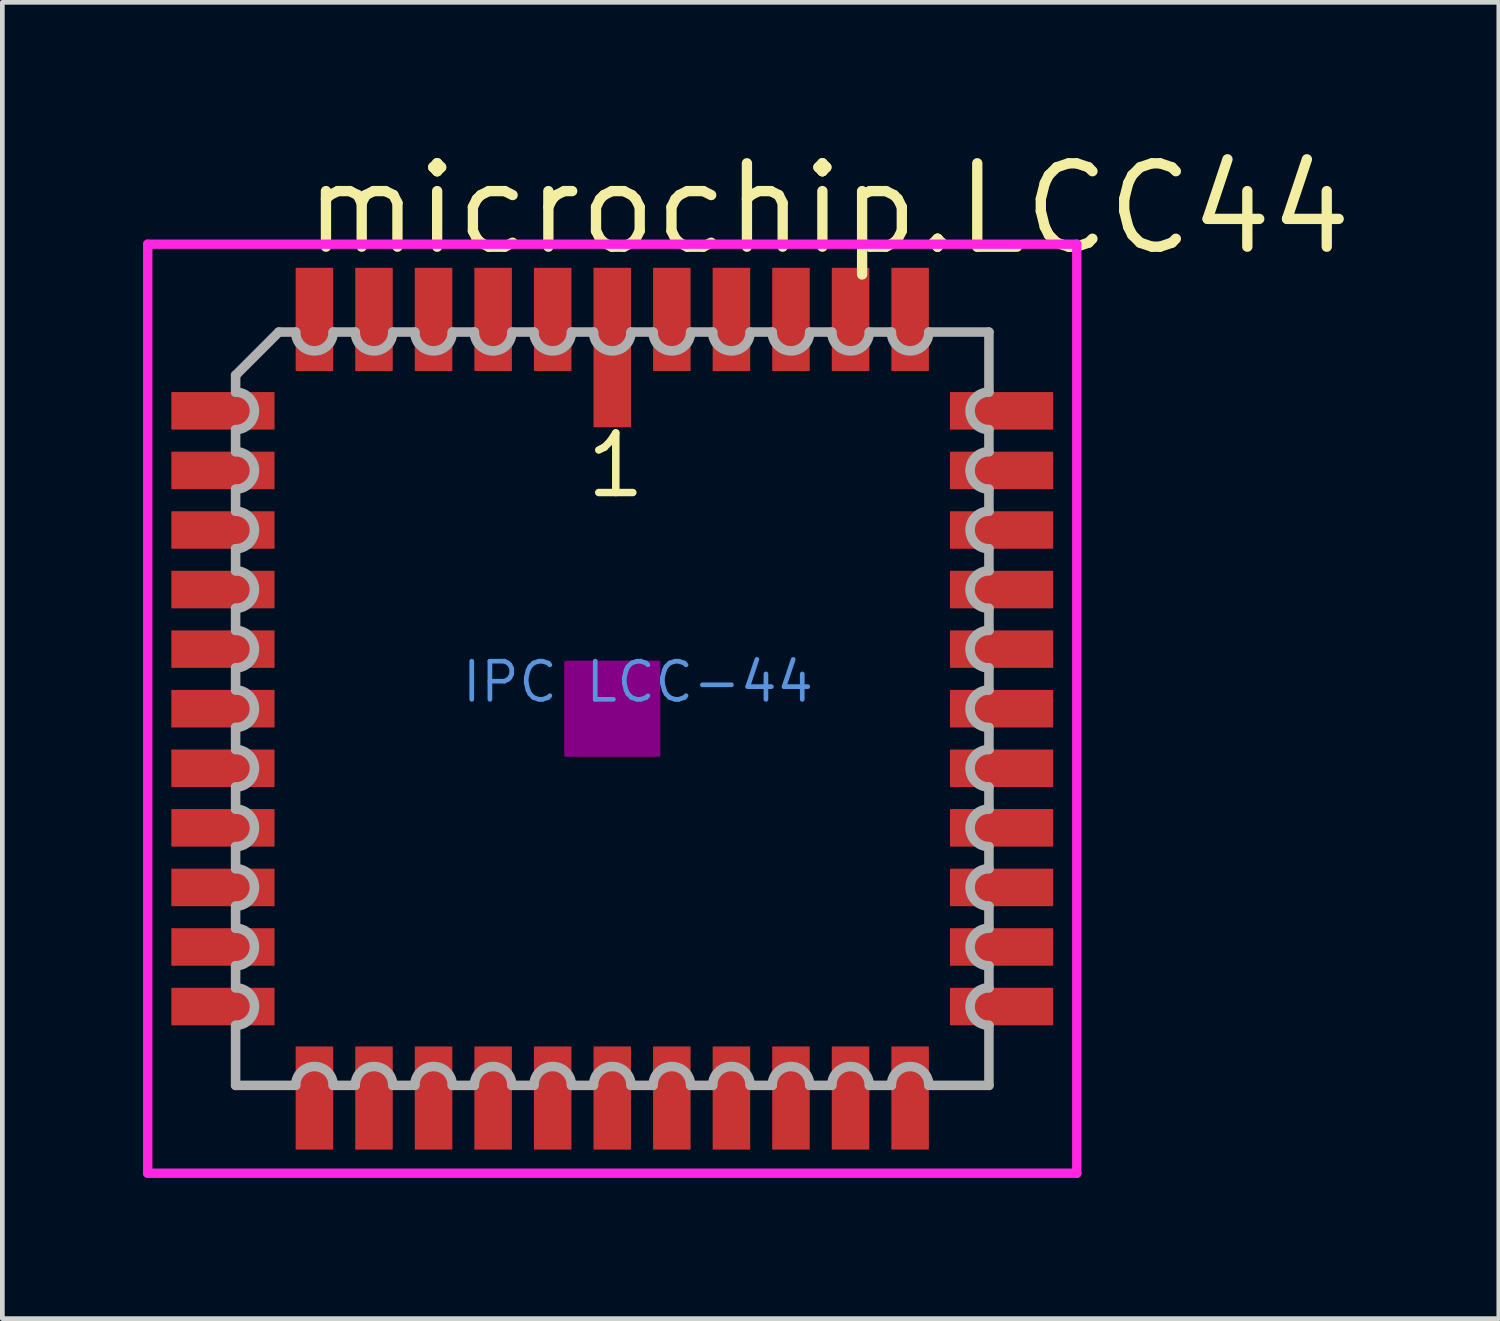
<source format=kicad_pcb>
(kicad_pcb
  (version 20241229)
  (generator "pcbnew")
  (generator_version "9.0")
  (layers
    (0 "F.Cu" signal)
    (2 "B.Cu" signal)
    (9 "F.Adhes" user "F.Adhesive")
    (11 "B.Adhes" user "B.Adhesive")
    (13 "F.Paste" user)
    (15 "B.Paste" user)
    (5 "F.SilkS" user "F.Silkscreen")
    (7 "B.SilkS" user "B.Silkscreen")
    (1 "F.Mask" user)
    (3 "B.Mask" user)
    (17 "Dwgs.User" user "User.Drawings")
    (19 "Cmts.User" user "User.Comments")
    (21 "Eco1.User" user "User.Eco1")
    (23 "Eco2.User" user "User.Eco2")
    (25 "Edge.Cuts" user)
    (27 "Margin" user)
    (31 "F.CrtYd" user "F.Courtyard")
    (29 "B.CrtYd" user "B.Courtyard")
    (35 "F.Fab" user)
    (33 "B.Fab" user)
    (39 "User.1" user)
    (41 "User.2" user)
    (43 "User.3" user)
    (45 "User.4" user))
  (footprint "microchip.LCC44"
    (layer "F.Cu")
    (at 10.003 12.059)
    (property "Reference" "microchip.LCC44" (at -6.672 -9.621 0) (layer "F.SilkS") (effects (font (size 1.778 1.778) (thickness 0.22)) (justify left bottom)))
    (attr smd)
    (fp_rect (start -1 1) (end 1 -1) (stroke (width 0.05) (type default)) (fill yes) (layer "F.Adhes"))
    (fp_line (start -9.903 -9.903) (end 9.903 -9.903) (stroke (width 0.2) (type default)) (layer "F.CrtYd"))
    (fp_line (start -9.903 9.903) (end -9.903 -9.903) (stroke (width 0.2) (type default)) (layer "F.CrtYd"))
    (fp_line (start 9.903 -9.903) (end 9.903 9.903) (stroke (width 0.2) (type default)) (layer "F.CrtYd"))
    (fp_line (start 9.903 9.903) (end -9.903 9.903) (stroke (width 0.2) (type default)) (layer "F.CrtYd"))
    (fp_line (start -8.03 -7.11) (end -8.03 -6.75) (stroke (width 0.203) (type default)) (layer "F.Fab"))
    (fp_line (start -8.03 -5.95) (end -8.03 -5.48) (stroke (width 0.203) (type default)) (layer "F.Fab"))
    (fp_line (start -8.03 -4.68) (end -8.03 -4.21) (stroke (width 0.203) (type default)) (layer "F.Fab"))
    (fp_line (start -8.03 -3.41) (end -8.03 -2.94) (stroke (width 0.203) (type default)) (layer "F.Fab"))
    (fp_line (start -8.03 -2.14) (end -8.03 -1.67) (stroke (width 0.203) (type default)) (layer "F.Fab"))
    (fp_line (start -8.03 -0.87) (end -8.03 -0.4) (stroke (width 0.203) (type default)) (layer "F.Fab"))
    (fp_line (start -8.03 0.4) (end -8.03 0.87) (stroke (width 0.203) (type default)) (layer "F.Fab"))
    (fp_line (start -8.03 1.67) (end -8.03 2.14) (stroke (width 0.203) (type default)) (layer "F.Fab"))
    (fp_line (start -8.03 2.94) (end -8.03 3.41) (stroke (width 0.203) (type default)) (layer "F.Fab"))
    (fp_line (start -8.03 4.21) (end -8.03 4.68) (stroke (width 0.203) (type default)) (layer "F.Fab"))
    (fp_line (start -8.03 5.48) (end -8.03 5.95) (stroke (width 0.203) (type default)) (layer "F.Fab"))
    (fp_line (start -8.03 6.75) (end -8.03 8.03) (stroke (width 0.203) (type default)) (layer "F.Fab"))
    (fp_line (start -8.03 8.03) (end -6.75 8.03) (stroke (width 0.203) (type default)) (layer "F.Fab"))
    (fp_line (start -7.11 -8.03) (end -8.03 -7.11) (stroke (width 0.203) (type default)) (layer "F.Fab"))
    (fp_line (start -6.75 -8.03) (end -7.11 -8.03) (stroke (width 0.203) (type default)) (layer "F.Fab"))
    (fp_line (start -5.95 8.03) (end -5.48 8.03) (stroke (width 0.203) (type default)) (layer "F.Fab"))
    (fp_line (start -5.48 -8.03) (end -5.95 -8.03) (stroke (width 0.203) (type default)) (layer "F.Fab"))
    (fp_line (start -4.68 8.03) (end -4.21 8.03) (stroke (width 0.203) (type default)) (layer "F.Fab"))
    (fp_line (start -4.21 -8.03) (end -4.68 -8.03) (stroke (width 0.203) (type default)) (layer "F.Fab"))
    (fp_line (start -3.41 8.03) (end -2.94 8.03) (stroke (width 0.203) (type default)) (layer "F.Fab"))
    (fp_line (start -2.94 -8.03) (end -3.41 -8.03) (stroke (width 0.203) (type default)) (layer "F.Fab"))
    (fp_line (start -2.14 8.03) (end -1.67 8.03) (stroke (width 0.203) (type default)) (layer "F.Fab"))
    (fp_line (start -1.67 -8.03) (end -2.14 -8.03) (stroke (width 0.203) (type default)) (layer "F.Fab"))
    (fp_line (start -0.87 8.03) (end -0.4 8.03) (stroke (width 0.203) (type default)) (layer "F.Fab"))
    (fp_line (start -0.4 -8.03) (end -0.87 -8.03) (stroke (width 0.203) (type default)) (layer "F.Fab"))
    (fp_line (start 0.4 8.03) (end 0.87 8.03) (stroke (width 0.203) (type default)) (layer "F.Fab"))
    (fp_line (start 0.87 -8.03) (end 0.4 -8.03) (stroke (width 0.203) (type default)) (layer "F.Fab"))
    (fp_line (start 1.67 8.03) (end 2.14 8.03) (stroke (width 0.203) (type default)) (layer "F.Fab"))
    (fp_line (start 2.14 -8.03) (end 1.67 -8.03) (stroke (width 0.203) (type default)) (layer "F.Fab"))
    (fp_line (start 2.94 8.03) (end 3.41 8.03) (stroke (width 0.203) (type default)) (layer "F.Fab"))
    (fp_line (start 3.41 -8.03) (end 2.94 -8.03) (stroke (width 0.203) (type default)) (layer "F.Fab"))
    (fp_line (start 4.21 8.03) (end 4.68 8.03) (stroke (width 0.203) (type default)) (layer "F.Fab"))
    (fp_line (start 4.68 -8.03) (end 4.21 -8.03) (stroke (width 0.203) (type default)) (layer "F.Fab"))
    (fp_line (start 5.48 8.03) (end 5.95 8.03) (stroke (width 0.203) (type default)) (layer "F.Fab"))
    (fp_line (start 5.95 -8.03) (end 5.48 -8.03) (stroke (width 0.203) (type default)) (layer "F.Fab"))
    (fp_line (start 6.75 8.03) (end 8.03 8.03) (stroke (width 0.203) (type default)) (layer "F.Fab"))
    (fp_line (start 8.03 -8.03) (end 6.75 -8.03) (stroke (width 0.203) (type default)) (layer "F.Fab"))
    (fp_line (start 8.03 -6.75) (end 8.03 -8.03) (stroke (width 0.203) (type default)) (layer "F.Fab"))
    (fp_line (start 8.03 -5.48) (end 8.03 -5.95) (stroke (width 0.203) (type default)) (layer "F.Fab"))
    (fp_line (start 8.03 -4.21) (end 8.03 -4.68) (stroke (width 0.203) (type default)) (layer "F.Fab"))
    (fp_line (start 8.03 -2.94) (end 8.03 -3.41) (stroke (width 0.203) (type default)) (layer "F.Fab"))
    (fp_line (start 8.03 -1.67) (end 8.03 -2.14) (stroke (width 0.203) (type default)) (layer "F.Fab"))
    (fp_line (start 8.03 -0.4) (end 8.03 -0.87) (stroke (width 0.203) (type default)) (layer "F.Fab"))
    (fp_line (start 8.03 0.87) (end 8.03 0.4) (stroke (width 0.203) (type default)) (layer "F.Fab"))
    (fp_line (start 8.03 2.14) (end 8.03 1.67) (stroke (width 0.203) (type default)) (layer "F.Fab"))
    (fp_line (start 8.03 3.41) (end 8.03 2.94) (stroke (width 0.203) (type default)) (layer "F.Fab"))
    (fp_line (start 8.03 4.68) (end 8.03 4.21) (stroke (width 0.203) (type default)) (layer "F.Fab"))
    (fp_line (start 8.03 5.95) (end 8.03 5.48) (stroke (width 0.203) (type default)) (layer "F.Fab"))
    (fp_line (start 8.03 8.03) (end 8.03 6.75) (stroke (width 0.203) (type default)) (layer "F.Fab"))
    (fp_arc (start -8.0284 -6.75) (mid -7.6284 -6.35) (end -8.0284 -5.95) (stroke (width 0.2032) (type default)) (layer "F.Fab"))
    (fp_arc (start -8.0284 -5.48) (mid -7.6284 -5.08) (end -8.0284 -4.68) (stroke (width 0.2032) (type default)) (layer "F.Fab"))
    (fp_arc (start -8.0284 -4.21) (mid -7.6284 -3.81) (end -8.0284 -3.41) (stroke (width 0.2032) (type default)) (layer "F.Fab"))
    (fp_arc (start -8.0284 -2.94) (mid -7.6284 -2.54) (end -8.0284 -2.14) (stroke (width 0.2032) (type default)) (layer "F.Fab"))
    (fp_arc (start -8.0284 -1.67) (mid -7.6284 -1.27) (end -8.0284 -0.87) (stroke (width 0.2032) (type default)) (layer "F.Fab"))
    (fp_arc (start -8.0284 -0.4001) (mid -7.6283 0) (end -8.0284 0.4001) (stroke (width 0.2032) (type default)) (layer "F.Fab"))
    (fp_arc (start -8.0284 0.8699) (mid -7.6283 1.27) (end -8.0284 1.6701) (stroke (width 0.2032) (type default)) (layer "F.Fab"))
    (fp_arc (start -8.0284 2.1399) (mid -7.6283 2.54) (end -8.0284 2.9401) (stroke (width 0.2032) (type default)) (layer "F.Fab"))
    (fp_arc (start -8.0284 3.4099) (mid -7.6283 3.81) (end -8.0284 4.2101) (stroke (width 0.2032) (type default)) (layer "F.Fab"))
    (fp_arc (start -8.0284 4.6799) (mid -7.6283 5.08) (end -8.0284 5.4801) (stroke (width 0.2032) (type default)) (layer "F.Fab"))
    (fp_arc (start -8.0284 5.9499) (mid -7.6283 6.35) (end -8.0284 6.7501) (stroke (width 0.2032) (type default)) (layer "F.Fab"))
    (fp_arc (start -6.7501 8.0284) (mid -6.35 7.6283) (end -5.9499 8.0284) (stroke (width 0.2032) (type default)) (layer "F.Fab"))
    (fp_arc (start -5.9499 -8.0284) (mid -6.35 -7.6283) (end -6.7501 -8.0284) (stroke (width 0.2032) (type default)) (layer "F.Fab"))
    (fp_arc (start -5.4801 8.0284) (mid -5.08 7.6283) (end -4.6799 8.0284) (stroke (width 0.2032) (type default)) (layer "F.Fab"))
    (fp_arc (start -4.6799 -8.0284) (mid -5.08 -7.6283) (end -5.4801 -8.0284) (stroke (width 0.2032) (type default)) (layer "F.Fab"))
    (fp_arc (start -4.2101 8.0284) (mid -3.81 7.6283) (end -3.4099 8.0284) (stroke (width 0.2032) (type default)) (layer "F.Fab"))
    (fp_arc (start -3.4099 -8.0284) (mid -3.81 -7.6283) (end -4.2101 -8.0284) (stroke (width 0.2032) (type default)) (layer "F.Fab"))
    (fp_arc (start -2.9401 8.0284) (mid -2.54 7.6283) (end -2.1399 8.0284) (stroke (width 0.2032) (type default)) (layer "F.Fab"))
    (fp_arc (start -2.1399 -8.0284) (mid -2.54 -7.6283) (end -2.9401 -8.0284) (stroke (width 0.2032) (type default)) (layer "F.Fab"))
    (fp_arc (start -1.6701 8.0284) (mid -1.27 7.6283) (end -0.8699 8.0284) (stroke (width 0.2032) (type default)) (layer "F.Fab"))
    (fp_arc (start -0.8699 -8.0284) (mid -1.27 -7.6283) (end -1.6701 -8.0284) (stroke (width 0.2032) (type default)) (layer "F.Fab"))
    (fp_arc (start -0.4001 8.0284) (mid 0 7.6283) (end 0.4001 8.0284) (stroke (width 0.2032) (type default)) (layer "F.Fab"))
    (fp_arc (start 0.4001 -8.0284) (mid 0 -7.6283) (end -0.4001 -8.0284) (stroke (width 0.2032) (type default)) (layer "F.Fab"))
    (fp_arc (start 0.87 8.0284) (mid 1.27 7.6284) (end 1.67 8.0284) (stroke (width 0.2032) (type default)) (layer "F.Fab"))
    (fp_arc (start 1.67 -8.0284) (mid 1.27 -7.6284) (end 0.87 -8.0284) (stroke (width 0.2032) (type default)) (layer "F.Fab"))
    (fp_arc (start 2.14 8.0284) (mid 2.54 7.6284) (end 2.94 8.0284) (stroke (width 0.2032) (type default)) (layer "F.Fab"))
    (fp_arc (start 2.94 -8.0284) (mid 2.54 -7.6284) (end 2.14 -8.0284) (stroke (width 0.2032) (type default)) (layer "F.Fab"))
    (fp_arc (start 3.41 8.0284) (mid 3.81 7.6284) (end 4.21 8.0284) (stroke (width 0.2032) (type default)) (layer "F.Fab"))
    (fp_arc (start 4.21 -8.0284) (mid 3.81 -7.6284) (end 3.41 -8.0284) (stroke (width 0.2032) (type default)) (layer "F.Fab"))
    (fp_arc (start 4.68 8.0284) (mid 5.08 7.6284) (end 5.48 8.0284) (stroke (width 0.2032) (type default)) (layer "F.Fab"))
    (fp_arc (start 5.48 -8.0284) (mid 5.08 -7.6284) (end 4.68 -8.0284) (stroke (width 0.2032) (type default)) (layer "F.Fab"))
    (fp_arc (start 5.95 8.0284) (mid 6.35 7.6284) (end 6.75 8.0284) (stroke (width 0.2032) (type default)) (layer "F.Fab"))
    (fp_arc (start 6.75 -8.0284) (mid 6.35 -7.6284) (end 5.95 -8.0284) (stroke (width 0.2032) (type default)) (layer "F.Fab"))
    (fp_arc (start 8.0284 -5.95) (mid 7.6284 -6.35) (end 8.0284 -6.75) (stroke (width 0.2032) (type default)) (layer "F.Fab"))
    (fp_arc (start 8.0284 -4.68) (mid 7.6284 -5.08) (end 8.0284 -5.48) (stroke (width 0.2032) (type default)) (layer "F.Fab"))
    (fp_arc (start 8.0284 -3.41) (mid 7.6284 -3.81) (end 8.0284 -4.21) (stroke (width 0.2032) (type default)) (layer "F.Fab"))
    (fp_arc (start 8.0284 -2.14) (mid 7.6284 -2.54) (end 8.0284 -2.94) (stroke (width 0.2032) (type default)) (layer "F.Fab"))
    (fp_arc (start 8.0284 -0.8699) (mid 7.6283 -1.27) (end 8.0284 -1.6701) (stroke (width 0.2032) (type default)) (layer "F.Fab"))
    (fp_arc (start 8.0284 0.4001) (mid 7.6283 0) (end 8.0284 -0.4001) (stroke (width 0.2032) (type default)) (layer "F.Fab"))
    (fp_arc (start 8.0284 1.67) (mid 7.6284 1.27) (end 8.0284 0.87) (stroke (width 0.2032) (type default)) (layer "F.Fab"))
    (fp_arc (start 8.0284 2.94) (mid 7.6284 2.54) (end 8.0284 2.14) (stroke (width 0.2032) (type default)) (layer "F.Fab"))
    (fp_arc (start 8.0284 4.21) (mid 7.6284 3.81) (end 8.0284 3.41) (stroke (width 0.2032) (type default)) (layer "F.Fab"))
    (fp_arc (start 8.0284 5.48) (mid 7.6284 5.08) (end 8.0284 4.68) (stroke (width 0.2032) (type default)) (layer "F.Fab"))
    (fp_arc (start 8.0284 6.75) (mid 7.6284 6.35) (end 8.0284 5.95) (stroke (width 0.2032) (type default)) (layer "F.Fab"))
    (fp_text user "1" (at -0.635 -4.445 0) (layer "F.SilkS") (effects (font (size 1.27 1.27) (thickness 0.16)) (justify left bottom)))
    (fp_text user "IPC LCC-44" (at -3.255 -0.095 0) (layer "Cmts.User") (effects (font (size 0.813 0.813) (thickness 0.1)) (justify left bottom)))
    (pad "1" smd roundrect (at 0 -7.7) (size 0.8 3.4) (layers "F.Cu" "F.Mask" "F.Paste") (roundrect_rratio 0.01))
    (pad "2" smd roundrect (at -1.27 -8.3) (size 0.8 2.2) (layers "F.Cu" "F.Mask" "F.Paste") (roundrect_rratio 0.01))
    (pad "3" smd roundrect (at -2.54 -8.3) (size 0.8 2.2) (layers "F.Cu" "F.Mask" "F.Paste") (roundrect_rratio 0.01))
    (pad "4" smd roundrect (at -3.81 -8.3) (size 0.8 2.2) (layers "F.Cu" "F.Mask" "F.Paste") (roundrect_rratio 0.01))
    (pad "5" smd roundrect (at -5.08 -8.3) (size 0.8 2.2) (layers "F.Cu" "F.Mask" "F.Paste") (roundrect_rratio 0.01))
    (pad "6" smd roundrect (at -6.35 -8.3) (size 0.8 2.2) (layers "F.Cu" "F.Mask" "F.Paste") (roundrect_rratio 0.01))
    (pad "7" smd roundrect (at -8.3 -6.35) (size 2.2 0.8) (layers "F.Cu" "F.Mask" "F.Paste") (roundrect_rratio 0.01))
    (pad "8" smd roundrect (at -8.3 -5.08) (size 2.2 0.8) (layers "F.Cu" "F.Mask" "F.Paste") (roundrect_rratio 0.01))
    (pad "9" smd roundrect (at -8.3 -3.81) (size 2.2 0.8) (layers "F.Cu" "F.Mask" "F.Paste") (roundrect_rratio 0.01))
    (pad "10" smd roundrect (at -8.3 -2.54) (size 2.2 0.8) (layers "F.Cu" "F.Mask" "F.Paste") (roundrect_rratio 0.01))
    (pad "11" smd roundrect (at -8.3 -1.27) (size 2.2 0.8) (layers "F.Cu" "F.Mask" "F.Paste") (roundrect_rratio 0.01))
    (pad "12" smd roundrect (at -8.3 0) (size 2.2 0.8) (layers "F.Cu" "F.Mask" "F.Paste") (roundrect_rratio 0.01))
    (pad "13" smd roundrect (at -8.3 1.27) (size 2.2 0.8) (layers "F.Cu" "F.Mask" "F.Paste") (roundrect_rratio 0.01))
    (pad "14" smd roundrect (at -8.3 2.54) (size 2.2 0.8) (layers "F.Cu" "F.Mask" "F.Paste") (roundrect_rratio 0.01))
    (pad "15" smd roundrect (at -8.3 3.81) (size 2.2 0.8) (layers "F.Cu" "F.Mask" "F.Paste") (roundrect_rratio 0.01))
    (pad "16" smd roundrect (at -8.3 5.08) (size 2.2 0.8) (layers "F.Cu" "F.Mask" "F.Paste") (roundrect_rratio 0.01))
    (pad "17" smd roundrect (at -8.3 6.35) (size 2.2 0.8) (layers "F.Cu" "F.Mask" "F.Paste") (roundrect_rratio 0.01))
    (pad "18" smd roundrect (at -6.35 8.3) (size 0.8 2.2) (layers "F.Cu" "F.Mask" "F.Paste") (roundrect_rratio 0.01))
    (pad "19" smd roundrect (at -5.08 8.3) (size 0.8 2.2) (layers "F.Cu" "F.Mask" "F.Paste") (roundrect_rratio 0.01))
    (pad "20" smd roundrect (at -3.81 8.3) (size 0.8 2.2) (layers "F.Cu" "F.Mask" "F.Paste") (roundrect_rratio 0.01))
    (pad "21" smd roundrect (at -2.54 8.3) (size 0.8 2.2) (layers "F.Cu" "F.Mask" "F.Paste") (roundrect_rratio 0.01))
    (pad "22" smd roundrect (at -1.27 8.3) (size 0.8 2.2) (layers "F.Cu" "F.Mask" "F.Paste") (roundrect_rratio 0.01))
    (pad "23" smd roundrect (at 0 8.3) (size 0.8 2.2) (layers "F.Cu" "F.Mask" "F.Paste") (roundrect_rratio 0.01))
    (pad "24" smd roundrect (at 1.27 8.3) (size 0.8 2.2) (layers "F.Cu" "F.Mask" "F.Paste") (roundrect_rratio 0.01))
    (pad "25" smd roundrect (at 2.54 8.3) (size 0.8 2.2) (layers "F.Cu" "F.Mask" "F.Paste") (roundrect_rratio 0.01))
    (pad "26" smd roundrect (at 3.81 8.3) (size 0.8 2.2) (layers "F.Cu" "F.Mask" "F.Paste") (roundrect_rratio 0.01))
    (pad "27" smd roundrect (at 5.08 8.3) (size 0.8 2.2) (layers "F.Cu" "F.Mask" "F.Paste") (roundrect_rratio 0.01))
    (pad "28" smd roundrect (at 6.35 8.3) (size 0.8 2.2) (layers "F.Cu" "F.Mask" "F.Paste") (roundrect_rratio 0.01))
    (pad "29" smd roundrect (at 8.3 6.35) (size 2.2 0.8) (layers "F.Cu" "F.Mask" "F.Paste") (roundrect_rratio 0.01))
    (pad "30" smd roundrect (at 8.3 5.08) (size 2.2 0.8) (layers "F.Cu" "F.Mask" "F.Paste") (roundrect_rratio 0.01))
    (pad "31" smd roundrect (at 8.3 3.81) (size 2.2 0.8) (layers "F.Cu" "F.Mask" "F.Paste") (roundrect_rratio 0.01))
    (pad "32" smd roundrect (at 8.3 2.54) (size 2.2 0.8) (layers "F.Cu" "F.Mask" "F.Paste") (roundrect_rratio 0.01))
    (pad "33" smd roundrect (at 8.3 1.27) (size 2.2 0.8) (layers "F.Cu" "F.Mask" "F.Paste") (roundrect_rratio 0.01))
    (pad "34" smd roundrect (at 8.3 0) (size 2.2 0.8) (layers "F.Cu" "F.Mask" "F.Paste") (roundrect_rratio 0.01))
    (pad "35" smd roundrect (at 8.3 -1.27) (size 2.2 0.8) (layers "F.Cu" "F.Mask" "F.Paste") (roundrect_rratio 0.01))
    (pad "36" smd roundrect (at 8.3 -2.54) (size 2.2 0.8) (layers "F.Cu" "F.Mask" "F.Paste") (roundrect_rratio 0.01))
    (pad "37" smd roundrect (at 8.3 -3.81) (size 2.2 0.8) (layers "F.Cu" "F.Mask" "F.Paste") (roundrect_rratio 0.01))
    (pad "38" smd roundrect (at 8.3 -5.08) (size 2.2 0.8) (layers "F.Cu" "F.Mask" "F.Paste") (roundrect_rratio 0.01))
    (pad "39" smd roundrect (at 8.3 -6.35) (size 2.2 0.8) (layers "F.Cu" "F.Mask" "F.Paste") (roundrect_rratio 0.01))
    (pad "40" smd roundrect (at 6.35 -8.3) (size 0.8 2.2) (layers "F.Cu" "F.Mask" "F.Paste") (roundrect_rratio 0.01))
    (pad "41" smd roundrect (at 5.08 -8.3) (size 0.8 2.2) (layers "F.Cu" "F.Mask" "F.Paste") (roundrect_rratio 0.01))
    (pad "42" smd roundrect (at 3.81 -8.3) (size 0.8 2.2) (layers "F.Cu" "F.Mask" "F.Paste") (roundrect_rratio 0.01))
    (pad "43" smd roundrect (at 2.54 -8.3) (size 0.8 2.2) (layers "F.Cu" "F.Mask" "F.Paste") (roundrect_rratio 0.01))
    (pad "44" smd roundrect (at 1.27 -8.3) (size 0.8 2.2) (layers "F.Cu" "F.Mask" "F.Paste") (roundrect_rratio 0.01)))
  (gr_rect
    (start -3 -3)
    (end 28.903 25.062)
    (stroke (width 0.1) (type default))
    (fill no)
    (layer "Edge.Cuts")))
</source>
